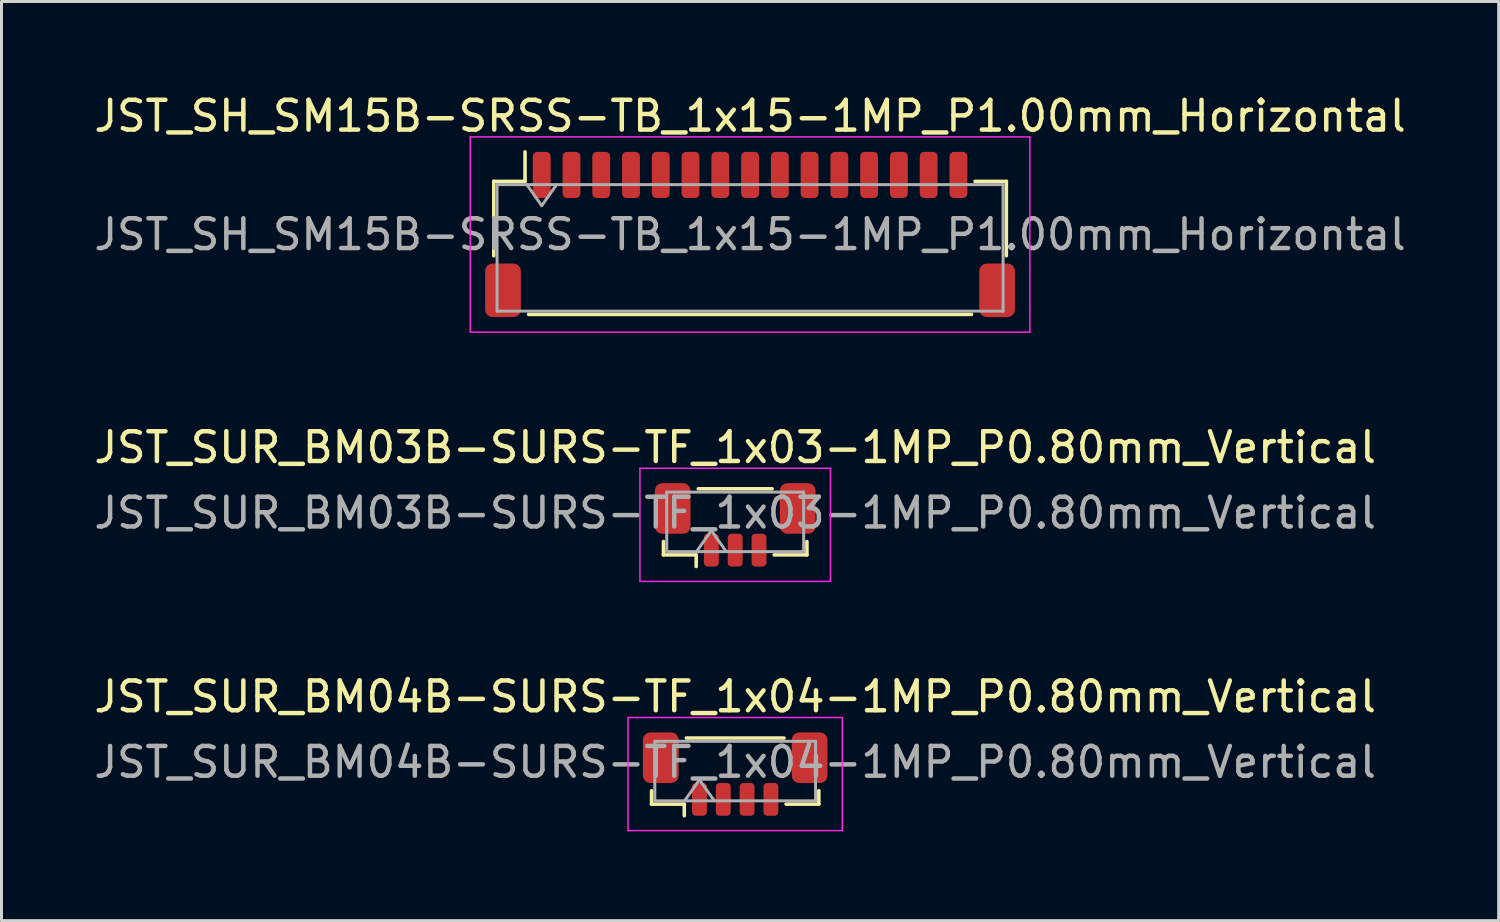
<source format=kicad_pcb>
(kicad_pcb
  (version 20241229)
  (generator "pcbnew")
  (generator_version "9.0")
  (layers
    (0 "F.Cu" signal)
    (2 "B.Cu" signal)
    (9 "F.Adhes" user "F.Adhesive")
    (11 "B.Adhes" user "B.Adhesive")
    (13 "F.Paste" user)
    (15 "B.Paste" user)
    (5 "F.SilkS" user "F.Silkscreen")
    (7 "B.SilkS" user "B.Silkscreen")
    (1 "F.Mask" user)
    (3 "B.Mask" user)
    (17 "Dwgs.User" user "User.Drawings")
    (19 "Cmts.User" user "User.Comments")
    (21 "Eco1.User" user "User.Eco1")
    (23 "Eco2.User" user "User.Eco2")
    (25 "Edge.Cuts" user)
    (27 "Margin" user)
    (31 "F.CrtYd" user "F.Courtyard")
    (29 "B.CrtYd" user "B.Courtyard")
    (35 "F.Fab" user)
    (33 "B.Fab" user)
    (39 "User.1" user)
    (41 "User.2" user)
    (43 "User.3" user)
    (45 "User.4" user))
  (footprint "JST_SUR_BM03B-SURS-TF_1x03-1MP_P0.80mm_Vertical"
    (layer "F.Cu")
    (at 21.649 14.582)
    (property "Reference" "JST_SUR_BM03B-SURS-TF_1x03-1MP_P0.80mm_Vertical" (at 0 -2.6 0) (layer "F.SilkS") (effects (font (size 1 1) (thickness 0.15))))
    (attr smd)
    (fp_line (start -2.41 0.56) (end -2.41 1.01) (stroke (width 0.12) (type solid)) (layer "F.SilkS"))
    (fp_line (start -2.41 1.01) (end -1.31 1.01) (stroke (width 0.12) (type solid)) (layer "F.SilkS"))
    (fp_line (start -1.31 1.01) (end -1.31 1.4) (stroke (width 0.12) (type solid)) (layer "F.SilkS"))
    (fp_line (start -1.24 -1.21) (end 1.24 -1.21) (stroke (width 0.12) (type solid)) (layer "F.SilkS"))
    (fp_line (start 2.41 0.56) (end 2.41 1.01) (stroke (width 0.12) (type solid)) (layer "F.SilkS"))
    (fp_line (start 2.41 1.01) (end 1.31 1.01) (stroke (width 0.12) (type solid)) (layer "F.SilkS"))
    (fp_line (start -3.2 -1.9) (end -3.2 1.9) (stroke (width 0.05) (type solid)) (layer "F.CrtYd"))
    (fp_line (start -3.2 1.9) (end 3.2 1.9) (stroke (width 0.05) (type solid)) (layer "F.CrtYd"))
    (fp_line (start 3.2 -1.9) (end -3.2 -1.9) (stroke (width 0.05) (type solid)) (layer "F.CrtYd"))
    (fp_line (start 3.2 1.9) (end 3.2 -1.9) (stroke (width 0.05) (type solid)) (layer "F.CrtYd"))
    (fp_line (start -2.3 -1.1) (end 2.3 -1.1) (stroke (width 0.1) (type solid)) (layer "F.Fab"))
    (fp_line (start -2.3 0.9) (end -2.3 -1.1) (stroke (width 0.1) (type solid)) (layer "F.Fab"))
    (fp_line (start -2.3 0.9) (end 2.3 0.9) (stroke (width 0.1) (type solid)) (layer "F.Fab"))
    (fp_line (start -1.3 0.9) (end -0.8 0.193) (stroke (width 0.1) (type solid)) (layer "F.Fab"))
    (fp_line (start -0.8 0.193) (end -0.3 0.9) (stroke (width 0.1) (type solid)) (layer "F.Fab"))
    (fp_line (start 2.3 0.9) (end 2.3 -1.1) (stroke (width 0.1) (type solid)) (layer "F.Fab"))
    (fp_text user "${REFERENCE}" (at 0 -0.4 0) (layer "F.Fab") (effects (font (size 1 1) (thickness 0.15))))
    (pad "1" smd roundrect (at -0.8 0.85) (size 0.5 1.1) (layers "F.Cu" "F.Mask" "F.Paste") (roundrect_rratio 0.25))
    (pad "2" smd roundrect (at 0 0.85) (size 0.5 1.1) (layers "F.Cu" "F.Mask" "F.Paste") (roundrect_rratio 0.25))
    (pad "3" smd roundrect (at 0.8 0.85) (size 0.5 1.1) (layers "F.Cu" "F.Mask" "F.Paste") (roundrect_rratio 0.25))
    (pad "MP" smd roundrect (at -2.1 -0.55) (size 1.2 1.7) (layers "F.Cu" "F.Mask" "F.Paste") (roundrect_rratio 0.208))
    (pad "MP" smd roundrect (at 2.1 -0.55) (size 1.2 1.7) (layers "F.Cu" "F.Mask" "F.Paste") (roundrect_rratio 0.208)))
  (footprint "JST_SUR_BM04B-SURS-TF_1x04-1MP_P0.80mm_Vertical"
    (layer "F.Cu")
    (at 21.649 22.955)
    (property "Reference" "JST_SUR_BM04B-SURS-TF_1x04-1MP_P0.80mm_Vertical" (at 0 -2.6 0) (layer "F.SilkS") (effects (font (size 1 1) (thickness 0.15))))
    (attr smd)
    (fp_line (start -2.81 0.56) (end -2.81 1.01) (stroke (width 0.12) (type solid)) (layer "F.SilkS"))
    (fp_line (start -2.81 1.01) (end -1.71 1.01) (stroke (width 0.12) (type solid)) (layer "F.SilkS"))
    (fp_line (start -1.71 1.01) (end -1.71 1.4) (stroke (width 0.12) (type solid)) (layer "F.SilkS"))
    (fp_line (start -1.64 -1.21) (end 1.64 -1.21) (stroke (width 0.12) (type solid)) (layer "F.SilkS"))
    (fp_line (start 2.81 0.56) (end 2.81 1.01) (stroke (width 0.12) (type solid)) (layer "F.SilkS"))
    (fp_line (start 2.81 1.01) (end 1.71 1.01) (stroke (width 0.12) (type solid)) (layer "F.SilkS"))
    (fp_line (start -3.6 -1.9) (end -3.6 1.9) (stroke (width 0.05) (type solid)) (layer "F.CrtYd"))
    (fp_line (start -3.6 1.9) (end 3.6 1.9) (stroke (width 0.05) (type solid)) (layer "F.CrtYd"))
    (fp_line (start 3.6 -1.9) (end -3.6 -1.9) (stroke (width 0.05) (type solid)) (layer "F.CrtYd"))
    (fp_line (start 3.6 1.9) (end 3.6 -1.9) (stroke (width 0.05) (type solid)) (layer "F.CrtYd"))
    (fp_line (start -2.7 -1.1) (end 2.7 -1.1) (stroke (width 0.1) (type solid)) (layer "F.Fab"))
    (fp_line (start -2.7 0.9) (end -2.7 -1.1) (stroke (width 0.1) (type solid)) (layer "F.Fab"))
    (fp_line (start -2.7 0.9) (end 2.7 0.9) (stroke (width 0.1) (type solid)) (layer "F.Fab"))
    (fp_line (start -1.7 0.9) (end -1.2 0.193) (stroke (width 0.1) (type solid)) (layer "F.Fab"))
    (fp_line (start -1.2 0.193) (end -0.7 0.9) (stroke (width 0.1) (type solid)) (layer "F.Fab"))
    (fp_line (start 2.7 0.9) (end 2.7 -1.1) (stroke (width 0.1) (type solid)) (layer "F.Fab"))
    (fp_text user "${REFERENCE}" (at 0 -0.4 0) (layer "F.Fab") (effects (font (size 1 1) (thickness 0.15))))
    (pad "1" smd roundrect (at -1.2 0.85) (size 0.5 1.1) (layers "F.Cu" "F.Mask" "F.Paste") (roundrect_rratio 0.25))
    (pad "2" smd roundrect (at -0.4 0.85) (size 0.5 1.1) (layers "F.Cu" "F.Mask" "F.Paste") (roundrect_rratio 0.25))
    (pad "3" smd roundrect (at 0.4 0.85) (size 0.5 1.1) (layers "F.Cu" "F.Mask" "F.Paste") (roundrect_rratio 0.25))
    (pad "4" smd roundrect (at 1.2 0.85) (size 0.5 1.1) (layers "F.Cu" "F.Mask" "F.Paste") (roundrect_rratio 0.25))
    (pad "MP" smd roundrect (at -2.5 -0.55) (size 1.2 1.7) (layers "F.Cu" "F.Mask" "F.Paste") (roundrect_rratio 0.208))
    (pad "MP" smd roundrect (at 2.5 -0.55) (size 1.2 1.7) (layers "F.Cu" "F.Mask" "F.Paste") (roundrect_rratio 0.208)))
  (footprint "JST_SH_SM15B-SRSS-TB_1x15-1MP_P1.00mm_Horizontal"
    (layer "F.Cu")
    (at 22.149 4.828)
    (property "Reference" "JST_SH_SM15B-SRSS-TB_1x15-1MP_P1.00mm_Horizontal" (at 0 -3.98 0) (layer "F.SilkS") (effects (font (size 1 1) (thickness 0.15))))
    (attr smd)
    (fp_line (start -8.61 -1.785) (end -7.56 -1.785) (stroke (width 0.12) (type solid)) (layer "F.SilkS"))
    (fp_line (start -8.61 0.715) (end -8.61 -1.785) (stroke (width 0.12) (type solid)) (layer "F.SilkS"))
    (fp_line (start -7.56 -1.785) (end -7.56 -2.775) (stroke (width 0.12) (type solid)) (layer "F.SilkS"))
    (fp_line (start -7.44 2.685) (end 7.44 2.685) (stroke (width 0.12) (type solid)) (layer "F.SilkS"))
    (fp_line (start 8.61 -1.785) (end 7.56 -1.785) (stroke (width 0.12) (type solid)) (layer "F.SilkS"))
    (fp_line (start 8.61 0.715) (end 8.61 -1.785) (stroke (width 0.12) (type solid)) (layer "F.SilkS"))
    (fp_line (start -9.4 -3.28) (end -9.4 3.28) (stroke (width 0.05) (type solid)) (layer "F.CrtYd"))
    (fp_line (start -9.4 3.28) (end 9.4 3.28) (stroke (width 0.05) (type solid)) (layer "F.CrtYd"))
    (fp_line (start 9.4 -3.28) (end -9.4 -3.28) (stroke (width 0.05) (type solid)) (layer "F.CrtYd"))
    (fp_line (start 9.4 3.28) (end 9.4 -3.28) (stroke (width 0.05) (type solid)) (layer "F.CrtYd"))
    (fp_line (start -8.5 -1.675) (end -8.5 2.575) (stroke (width 0.1) (type solid)) (layer "F.Fab"))
    (fp_line (start -8.5 -1.675) (end 8.5 -1.675) (stroke (width 0.1) (type solid)) (layer "F.Fab"))
    (fp_line (start -8.5 2.575) (end 8.5 2.575) (stroke (width 0.1) (type solid)) (layer "F.Fab"))
    (fp_line (start -7.5 -1.675) (end -7 -0.968) (stroke (width 0.1) (type solid)) (layer "F.Fab"))
    (fp_line (start -7 -0.968) (end -6.5 -1.675) (stroke (width 0.1) (type solid)) (layer "F.Fab"))
    (fp_line (start 8.5 -1.675) (end 8.5 2.575) (stroke (width 0.1) (type solid)) (layer "F.Fab"))
    (fp_text user "${REFERENCE}" (at 0 0 0) (layer "F.Fab") (effects (font (size 1 1) (thickness 0.15))))
    (pad "1" smd roundrect (at -7 -2) (size 0.6 1.55) (layers "F.Cu" "F.Mask" "F.Paste") (roundrect_rratio 0.25))
    (pad "2" smd roundrect (at -6 -2) (size 0.6 1.55) (layers "F.Cu" "F.Mask" "F.Paste") (roundrect_rratio 0.25))
    (pad "3" smd roundrect (at -5 -2) (size 0.6 1.55) (layers "F.Cu" "F.Mask" "F.Paste") (roundrect_rratio 0.25))
    (pad "4" smd roundrect (at -4 -2) (size 0.6 1.55) (layers "F.Cu" "F.Mask" "F.Paste") (roundrect_rratio 0.25))
    (pad "5" smd roundrect (at -3 -2) (size 0.6 1.55) (layers "F.Cu" "F.Mask" "F.Paste") (roundrect_rratio 0.25))
    (pad "6" smd roundrect (at -2 -2) (size 0.6 1.55) (layers "F.Cu" "F.Mask" "F.Paste") (roundrect_rratio 0.25))
    (pad "7" smd roundrect (at -1 -2) (size 0.6 1.55) (layers "F.Cu" "F.Mask" "F.Paste") (roundrect_rratio 0.25))
    (pad "8" smd roundrect (at 0 -2) (size 0.6 1.55) (layers "F.Cu" "F.Mask" "F.Paste") (roundrect_rratio 0.25))
    (pad "9" smd roundrect (at 1 -2) (size 0.6 1.55) (layers "F.Cu" "F.Mask" "F.Paste") (roundrect_rratio 0.25))
    (pad "10" smd roundrect (at 2 -2) (size 0.6 1.55) (layers "F.Cu" "F.Mask" "F.Paste") (roundrect_rratio 0.25))
    (pad "11" smd roundrect (at 3 -2) (size 0.6 1.55) (layers "F.Cu" "F.Mask" "F.Paste") (roundrect_rratio 0.25))
    (pad "12" smd roundrect (at 4 -2) (size 0.6 1.55) (layers "F.Cu" "F.Mask" "F.Paste") (roundrect_rratio 0.25))
    (pad "13" smd roundrect (at 5 -2) (size 0.6 1.55) (layers "F.Cu" "F.Mask" "F.Paste") (roundrect_rratio 0.25))
    (pad "14" smd roundrect (at 6 -2) (size 0.6 1.55) (layers "F.Cu" "F.Mask" "F.Paste") (roundrect_rratio 0.25))
    (pad "15" smd roundrect (at 7 -2) (size 0.6 1.55) (layers "F.Cu" "F.Mask" "F.Paste") (roundrect_rratio 0.25))
    (pad "MP" smd roundrect (at -8.3 1.875) (size 1.2 1.8) (layers "F.Cu" "F.Mask" "F.Paste") (roundrect_rratio 0.208))
    (pad "MP" smd roundrect (at 8.3 1.875) (size 1.2 1.8) (layers "F.Cu" "F.Mask" "F.Paste") (roundrect_rratio 0.208)))
  (gr_rect
    (start -3 -3)
    (end 47.298 27.88)
    (stroke (width 0.1) (type default))
    (fill no)
    (layer "Edge.Cuts")))
</source>
